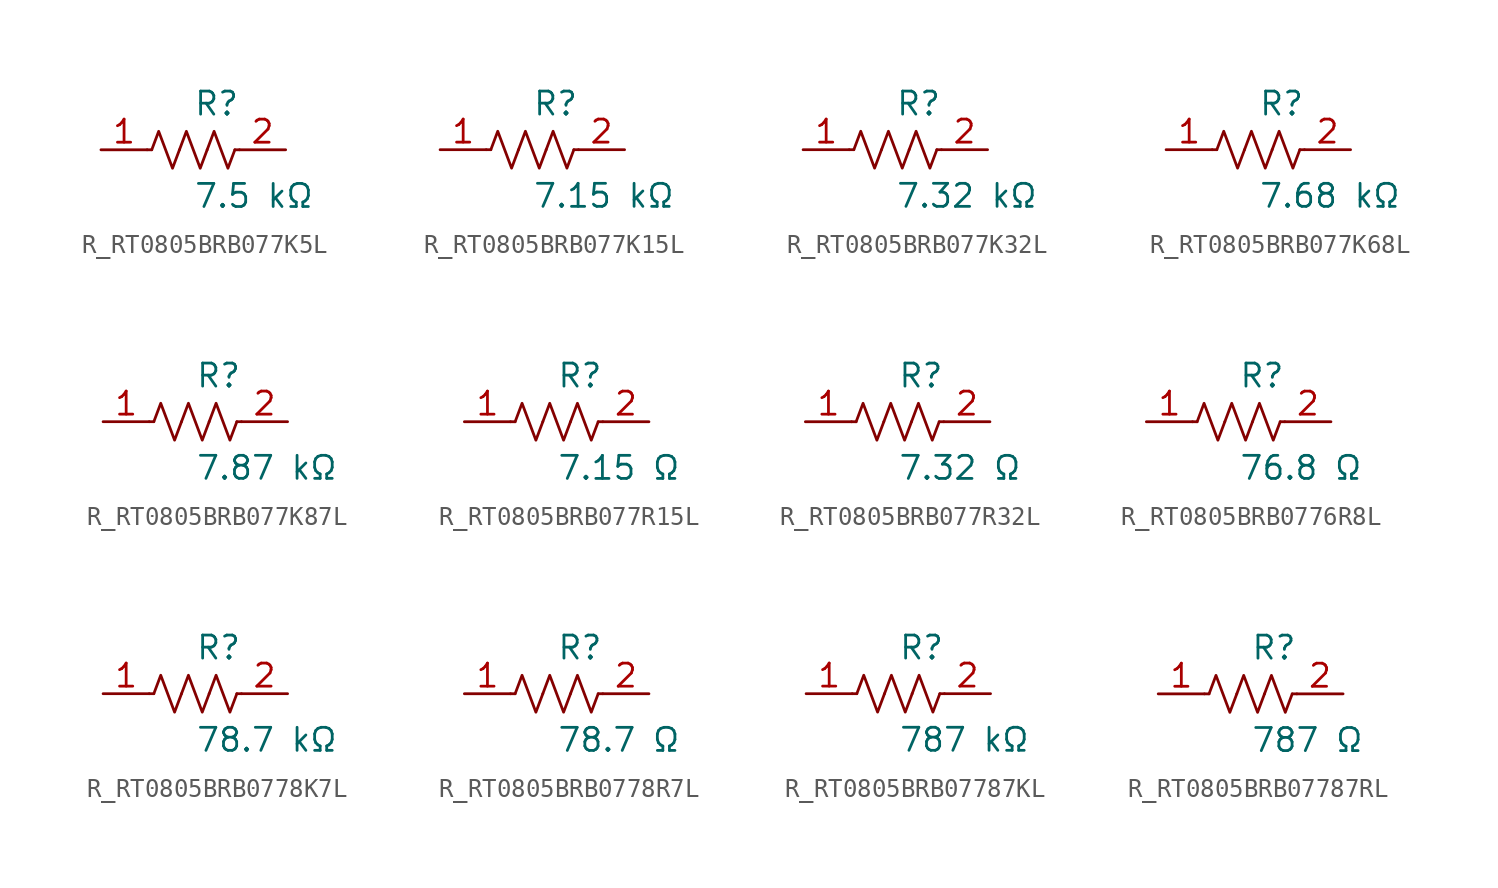
<source format=kicad_sym>
(kicad_symbol_lib
  (version 20231120)
  (generator kicad_symbol_editor)
  (generator_version 8.0)
  (symbol "R_RT0805BRB077K5L"
    (pin_names
      (offset 0.254))
    (property "Reference" "R"
      (at 0 2.54 0)
      (effects (font (size 1.27 1.27)) (justify left)))
    (property "Value" "7.5 kΩ"
      (at 0 -2.54 0)
      (effects (font (size 1.27 1.27)) (justify left)))
    (symbol "R_RT0805BRB077K5L_0_1"
      (polyline (pts (xy 2.286 0) (xy 2.54 0)) (stroke (width 0) (type default)) (fill (type none)))
      (polyline (pts (xy -2.286 0) (xy -2.54 0)) (stroke (width 0) (type default)) (fill (type none)))
      (polyline (pts (xy 0.762 0) (xy 1.143 1.016) (xy 1.524 0) (xy 1.905 -1.016) (xy 2.286 0)) (stroke (width 0) (type default)) (fill (type none)))
      (polyline (pts (xy -0.762 0) (xy -0.381 1.016) (xy 0 0) (xy 0.381 -1.016) (xy 0.762 0)) (stroke (width 0) (type default)) (fill (type none)))
      (polyline (pts (xy -2.286 0) (xy -1.905 1.016) (xy -1.524 0) (xy -1.143 -1.016) (xy -0.762 0)) (stroke (width 0) (type default)) (fill (type none))))
    (pin unspecified line
      (at -5.08 0 0)
      (length 2.54)
      (name "" (effects (font (size 1.27 1.27))))
      (number "1" (effects (font (size 1.27 1.27)))))
    (pin unspecified line
      (at 5.08 0 180)
      (length 2.54)
      (name "" (effects (font (size 1.27 1.27))))
      (number "2" (effects (font (size 1.27 1.27))))))
  (symbol "R_RT0805BRB077K15L"
    (pin_names
      (offset 0.254))
    (property "Reference" "R"
      (at 0 2.54 0)
      (effects (font (size 1.27 1.27)) (justify left)))
    (property "Value" "7.15 kΩ"
      (at 0 -2.54 0)
      (effects (font (size 1.27 1.27)) (justify left)))
    (symbol "R_RT0805BRB077K15L_0_1"
      (polyline (pts (xy 2.286 0) (xy 2.54 0)) (stroke (width 0) (type default)) (fill (type none)))
      (polyline (pts (xy -2.286 0) (xy -2.54 0)) (stroke (width 0) (type default)) (fill (type none)))
      (polyline (pts (xy 0.762 0) (xy 1.143 1.016) (xy 1.524 0) (xy 1.905 -1.016) (xy 2.286 0)) (stroke (width 0) (type default)) (fill (type none)))
      (polyline (pts (xy -0.762 0) (xy -0.381 1.016) (xy 0 0) (xy 0.381 -1.016) (xy 0.762 0)) (stroke (width 0) (type default)) (fill (type none)))
      (polyline (pts (xy -2.286 0) (xy -1.905 1.016) (xy -1.524 0) (xy -1.143 -1.016) (xy -0.762 0)) (stroke (width 0) (type default)) (fill (type none))))
    (pin unspecified line
      (at -5.08 0 0)
      (length 2.54)
      (name "" (effects (font (size 1.27 1.27))))
      (number "1" (effects (font (size 1.27 1.27)))))
    (pin unspecified line
      (at 5.08 0 180)
      (length 2.54)
      (name "" (effects (font (size 1.27 1.27))))
      (number "2" (effects (font (size 1.27 1.27))))))
  (symbol "R_RT0805BRB077K32L"
    (pin_names
      (offset 0.254))
    (property "Reference" "R"
      (at 0 2.54 0)
      (effects (font (size 1.27 1.27)) (justify left)))
    (property "Value" "7.32 kΩ"
      (at 0 -2.54 0)
      (effects (font (size 1.27 1.27)) (justify left)))
    (symbol "R_RT0805BRB077K32L_0_1"
      (polyline (pts (xy 2.286 0) (xy 2.54 0)) (stroke (width 0) (type default)) (fill (type none)))
      (polyline (pts (xy -2.286 0) (xy -2.54 0)) (stroke (width 0) (type default)) (fill (type none)))
      (polyline (pts (xy 0.762 0) (xy 1.143 1.016) (xy 1.524 0) (xy 1.905 -1.016) (xy 2.286 0)) (stroke (width 0) (type default)) (fill (type none)))
      (polyline (pts (xy -0.762 0) (xy -0.381 1.016) (xy 0 0) (xy 0.381 -1.016) (xy 0.762 0)) (stroke (width 0) (type default)) (fill (type none)))
      (polyline (pts (xy -2.286 0) (xy -1.905 1.016) (xy -1.524 0) (xy -1.143 -1.016) (xy -0.762 0)) (stroke (width 0) (type default)) (fill (type none))))
    (pin unspecified line
      (at -5.08 0 0)
      (length 2.54)
      (name "" (effects (font (size 1.27 1.27))))
      (number "1" (effects (font (size 1.27 1.27)))))
    (pin unspecified line
      (at 5.08 0 180)
      (length 2.54)
      (name "" (effects (font (size 1.27 1.27))))
      (number "2" (effects (font (size 1.27 1.27))))))
  (symbol "R_RT0805BRB077K68L"
    (pin_names
      (offset 0.254))
    (property "Reference" "R"
      (at 0 2.54 0)
      (effects (font (size 1.27 1.27)) (justify left)))
    (property "Value" "7.68 kΩ"
      (at 0 -2.54 0)
      (effects (font (size 1.27 1.27)) (justify left)))
    (symbol "R_RT0805BRB077K68L_0_1"
      (polyline (pts (xy 2.286 0) (xy 2.54 0)) (stroke (width 0) (type default)) (fill (type none)))
      (polyline (pts (xy -2.286 0) (xy -2.54 0)) (stroke (width 0) (type default)) (fill (type none)))
      (polyline (pts (xy 0.762 0) (xy 1.143 1.016) (xy 1.524 0) (xy 1.905 -1.016) (xy 2.286 0)) (stroke (width 0) (type default)) (fill (type none)))
      (polyline (pts (xy -0.762 0) (xy -0.381 1.016) (xy 0 0) (xy 0.381 -1.016) (xy 0.762 0)) (stroke (width 0) (type default)) (fill (type none)))
      (polyline (pts (xy -2.286 0) (xy -1.905 1.016) (xy -1.524 0) (xy -1.143 -1.016) (xy -0.762 0)) (stroke (width 0) (type default)) (fill (type none))))
    (pin unspecified line
      (at -5.08 0 0)
      (length 2.54)
      (name "" (effects (font (size 1.27 1.27))))
      (number "1" (effects (font (size 1.27 1.27)))))
    (pin unspecified line
      (at 5.08 0 180)
      (length 2.54)
      (name "" (effects (font (size 1.27 1.27))))
      (number "2" (effects (font (size 1.27 1.27))))))
  (symbol "R_RT0805BRB077K87L"
    (pin_names
      (offset 0.254))
    (property "Reference" "R"
      (at 0 2.54 0)
      (effects (font (size 1.27 1.27)) (justify left)))
    (property "Value" "7.87 kΩ"
      (at 0 -2.54 0)
      (effects (font (size 1.27 1.27)) (justify left)))
    (symbol "R_RT0805BRB077K87L_0_1"
      (polyline (pts (xy 2.286 0) (xy 2.54 0)) (stroke (width 0) (type default)) (fill (type none)))
      (polyline (pts (xy -2.286 0) (xy -2.54 0)) (stroke (width 0) (type default)) (fill (type none)))
      (polyline (pts (xy 0.762 0) (xy 1.143 1.016) (xy 1.524 0) (xy 1.905 -1.016) (xy 2.286 0)) (stroke (width 0) (type default)) (fill (type none)))
      (polyline (pts (xy -0.762 0) (xy -0.381 1.016) (xy 0 0) (xy 0.381 -1.016) (xy 0.762 0)) (stroke (width 0) (type default)) (fill (type none)))
      (polyline (pts (xy -2.286 0) (xy -1.905 1.016) (xy -1.524 0) (xy -1.143 -1.016) (xy -0.762 0)) (stroke (width 0) (type default)) (fill (type none))))
    (pin unspecified line
      (at -5.08 0 0)
      (length 2.54)
      (name "" (effects (font (size 1.27 1.27))))
      (number "1" (effects (font (size 1.27 1.27)))))
    (pin unspecified line
      (at 5.08 0 180)
      (length 2.54)
      (name "" (effects (font (size 1.27 1.27))))
      (number "2" (effects (font (size 1.27 1.27))))))
  (symbol "R_RT0805BRB077R15L"
    (pin_names
      (offset 0.254))
    (property "Reference" "R"
      (at 0 2.54 0)
      (effects (font (size 1.27 1.27)) (justify left)))
    (property "Value" "7.15 Ω"
      (at 0 -2.54 0)
      (effects (font (size 1.27 1.27)) (justify left)))
    (symbol "R_RT0805BRB077R15L_0_1"
      (polyline (pts (xy 2.286 0) (xy 2.54 0)) (stroke (width 0) (type default)) (fill (type none)))
      (polyline (pts (xy -2.286 0) (xy -2.54 0)) (stroke (width 0) (type default)) (fill (type none)))
      (polyline (pts (xy 0.762 0) (xy 1.143 1.016) (xy 1.524 0) (xy 1.905 -1.016) (xy 2.286 0)) (stroke (width 0) (type default)) (fill (type none)))
      (polyline (pts (xy -0.762 0) (xy -0.381 1.016) (xy 0 0) (xy 0.381 -1.016) (xy 0.762 0)) (stroke (width 0) (type default)) (fill (type none)))
      (polyline (pts (xy -2.286 0) (xy -1.905 1.016) (xy -1.524 0) (xy -1.143 -1.016) (xy -0.762 0)) (stroke (width 0) (type default)) (fill (type none))))
    (pin unspecified line
      (at -5.08 0 0)
      (length 2.54)
      (name "" (effects (font (size 1.27 1.27))))
      (number "1" (effects (font (size 1.27 1.27)))))
    (pin unspecified line
      (at 5.08 0 180)
      (length 2.54)
      (name "" (effects (font (size 1.27 1.27))))
      (number "2" (effects (font (size 1.27 1.27))))))
  (symbol "R_RT0805BRB077R32L"
    (pin_names
      (offset 0.254))
    (property "Reference" "R"
      (at 0 2.54 0)
      (effects (font (size 1.27 1.27)) (justify left)))
    (property "Value" "7.32 Ω"
      (at 0 -2.54 0)
      (effects (font (size 1.27 1.27)) (justify left)))
    (symbol "R_RT0805BRB077R32L_0_1"
      (polyline (pts (xy 2.286 0) (xy 2.54 0)) (stroke (width 0) (type default)) (fill (type none)))
      (polyline (pts (xy -2.286 0) (xy -2.54 0)) (stroke (width 0) (type default)) (fill (type none)))
      (polyline (pts (xy 0.762 0) (xy 1.143 1.016) (xy 1.524 0) (xy 1.905 -1.016) (xy 2.286 0)) (stroke (width 0) (type default)) (fill (type none)))
      (polyline (pts (xy -0.762 0) (xy -0.381 1.016) (xy 0 0) (xy 0.381 -1.016) (xy 0.762 0)) (stroke (width 0) (type default)) (fill (type none)))
      (polyline (pts (xy -2.286 0) (xy -1.905 1.016) (xy -1.524 0) (xy -1.143 -1.016) (xy -0.762 0)) (stroke (width 0) (type default)) (fill (type none))))
    (pin unspecified line
      (at -5.08 0 0)
      (length 2.54)
      (name "" (effects (font (size 1.27 1.27))))
      (number "1" (effects (font (size 1.27 1.27)))))
    (pin unspecified line
      (at 5.08 0 180)
      (length 2.54)
      (name "" (effects (font (size 1.27 1.27))))
      (number "2" (effects (font (size 1.27 1.27))))))
  (symbol "R_RT0805BRB0776R8L"
    (pin_names
      (offset 0.254))
    (property "Reference" "R"
      (at 0 2.54 0)
      (effects (font (size 1.27 1.27)) (justify left)))
    (property "Value" "76.8 Ω"
      (at 0 -2.54 0)
      (effects (font (size 1.27 1.27)) (justify left)))
    (symbol "R_RT0805BRB0776R8L_0_1"
      (polyline (pts (xy 2.286 0) (xy 2.54 0)) (stroke (width 0) (type default)) (fill (type none)))
      (polyline (pts (xy -2.286 0) (xy -2.54 0)) (stroke (width 0) (type default)) (fill (type none)))
      (polyline (pts (xy 0.762 0) (xy 1.143 1.016) (xy 1.524 0) (xy 1.905 -1.016) (xy 2.286 0)) (stroke (width 0) (type default)) (fill (type none)))
      (polyline (pts (xy -0.762 0) (xy -0.381 1.016) (xy 0 0) (xy 0.381 -1.016) (xy 0.762 0)) (stroke (width 0) (type default)) (fill (type none)))
      (polyline (pts (xy -2.286 0) (xy -1.905 1.016) (xy -1.524 0) (xy -1.143 -1.016) (xy -0.762 0)) (stroke (width 0) (type default)) (fill (type none))))
    (pin unspecified line
      (at -5.08 0 0)
      (length 2.54)
      (name "" (effects (font (size 1.27 1.27))))
      (number "1" (effects (font (size 1.27 1.27)))))
    (pin unspecified line
      (at 5.08 0 180)
      (length 2.54)
      (name "" (effects (font (size 1.27 1.27))))
      (number "2" (effects (font (size 1.27 1.27))))))
  (symbol "R_RT0805BRB0778K7L"
    (pin_names
      (offset 0.254))
    (property "Reference" "R"
      (at 0 2.54 0)
      (effects (font (size 1.27 1.27)) (justify left)))
    (property "Value" "78.7 kΩ"
      (at 0 -2.54 0)
      (effects (font (size 1.27 1.27)) (justify left)))
    (symbol "R_RT0805BRB0778K7L_0_1"
      (polyline (pts (xy 2.286 0) (xy 2.54 0)) (stroke (width 0) (type default)) (fill (type none)))
      (polyline (pts (xy -2.286 0) (xy -2.54 0)) (stroke (width 0) (type default)) (fill (type none)))
      (polyline (pts (xy 0.762 0) (xy 1.143 1.016) (xy 1.524 0) (xy 1.905 -1.016) (xy 2.286 0)) (stroke (width 0) (type default)) (fill (type none)))
      (polyline (pts (xy -0.762 0) (xy -0.381 1.016) (xy 0 0) (xy 0.381 -1.016) (xy 0.762 0)) (stroke (width 0) (type default)) (fill (type none)))
      (polyline (pts (xy -2.286 0) (xy -1.905 1.016) (xy -1.524 0) (xy -1.143 -1.016) (xy -0.762 0)) (stroke (width 0) (type default)) (fill (type none))))
    (pin unspecified line
      (at -5.08 0 0)
      (length 2.54)
      (name "" (effects (font (size 1.27 1.27))))
      (number "1" (effects (font (size 1.27 1.27)))))
    (pin unspecified line
      (at 5.08 0 180)
      (length 2.54)
      (name "" (effects (font (size 1.27 1.27))))
      (number "2" (effects (font (size 1.27 1.27))))))
  (symbol "R_RT0805BRB0778R7L"
    (pin_names
      (offset 0.254))
    (property "Reference" "R"
      (at 0 2.54 0)
      (effects (font (size 1.27 1.27)) (justify left)))
    (property "Value" "78.7 Ω"
      (at 0 -2.54 0)
      (effects (font (size 1.27 1.27)) (justify left)))
    (symbol "R_RT0805BRB0778R7L_0_1"
      (polyline (pts (xy 2.286 0) (xy 2.54 0)) (stroke (width 0) (type default)) (fill (type none)))
      (polyline (pts (xy -2.286 0) (xy -2.54 0)) (stroke (width 0) (type default)) (fill (type none)))
      (polyline (pts (xy 0.762 0) (xy 1.143 1.016) (xy 1.524 0) (xy 1.905 -1.016) (xy 2.286 0)) (stroke (width 0) (type default)) (fill (type none)))
      (polyline (pts (xy -0.762 0) (xy -0.381 1.016) (xy 0 0) (xy 0.381 -1.016) (xy 0.762 0)) (stroke (width 0) (type default)) (fill (type none)))
      (polyline (pts (xy -2.286 0) (xy -1.905 1.016) (xy -1.524 0) (xy -1.143 -1.016) (xy -0.762 0)) (stroke (width 0) (type default)) (fill (type none))))
    (pin unspecified line
      (at -5.08 0 0)
      (length 2.54)
      (name "" (effects (font (size 1.27 1.27))))
      (number "1" (effects (font (size 1.27 1.27)))))
    (pin unspecified line
      (at 5.08 0 180)
      (length 2.54)
      (name "" (effects (font (size 1.27 1.27))))
      (number "2" (effects (font (size 1.27 1.27))))))
  (symbol "R_RT0805BRB07787KL"
    (pin_names
      (offset 0.254))
    (property "Reference" "R"
      (at 0 2.54 0)
      (effects (font (size 1.27 1.27)) (justify left)))
    (property "Value" "787 kΩ"
      (at 0 -2.54 0)
      (effects (font (size 1.27 1.27)) (justify left)))
    (symbol "R_RT0805BRB07787KL_0_1"
      (polyline (pts (xy 2.286 0) (xy 2.54 0)) (stroke (width 0) (type default)) (fill (type none)))
      (polyline (pts (xy -2.286 0) (xy -2.54 0)) (stroke (width 0) (type default)) (fill (type none)))
      (polyline (pts (xy 0.762 0) (xy 1.143 1.016) (xy 1.524 0) (xy 1.905 -1.016) (xy 2.286 0)) (stroke (width 0) (type default)) (fill (type none)))
      (polyline (pts (xy -0.762 0) (xy -0.381 1.016) (xy 0 0) (xy 0.381 -1.016) (xy 0.762 0)) (stroke (width 0) (type default)) (fill (type none)))
      (polyline (pts (xy -2.286 0) (xy -1.905 1.016) (xy -1.524 0) (xy -1.143 -1.016) (xy -0.762 0)) (stroke (width 0) (type default)) (fill (type none))))
    (pin unspecified line
      (at -5.08 0 0)
      (length 2.54)
      (name "" (effects (font (size 1.27 1.27))))
      (number "1" (effects (font (size 1.27 1.27)))))
    (pin unspecified line
      (at 5.08 0 180)
      (length 2.54)
      (name "" (effects (font (size 1.27 1.27))))
      (number "2" (effects (font (size 1.27 1.27))))))
  (symbol "R_RT0805BRB07787RL"
    (pin_names
      (offset 0.254))
    (property "Reference" "R"
      (at 0 2.54 0)
      (effects (font (size 1.27 1.27)) (justify left)))
    (property "Value" "787 Ω"
      (at 0 -2.54 0)
      (effects (font (size 1.27 1.27)) (justify left)))
    (symbol "R_RT0805BRB07787RL_0_1"
      (polyline (pts (xy 2.286 0) (xy 2.54 0)) (stroke (width 0) (type default)) (fill (type none)))
      (polyline (pts (xy -2.286 0) (xy -2.54 0)) (stroke (width 0) (type default)) (fill (type none)))
      (polyline (pts (xy 0.762 0) (xy 1.143 1.016) (xy 1.524 0) (xy 1.905 -1.016) (xy 2.286 0)) (stroke (width 0) (type default)) (fill (type none)))
      (polyline (pts (xy -0.762 0) (xy -0.381 1.016) (xy 0 0) (xy 0.381 -1.016) (xy 0.762 0)) (stroke (width 0) (type default)) (fill (type none)))
      (polyline (pts (xy -2.286 0) (xy -1.905 1.016) (xy -1.524 0) (xy -1.143 -1.016) (xy -0.762 0)) (stroke (width 0) (type default)) (fill (type none))))
    (pin unspecified line
      (at -5.08 0 0)
      (length 2.54)
      (name "" (effects (font (size 1.27 1.27))))
      (number "1" (effects (font (size 1.27 1.27)))))
    (pin unspecified line
      (at 5.08 0 180)
      (length 2.54)
      (name "" (effects (font (size 1.27 1.27))))
      (number "2" (effects (font (size 1.27 1.27)))))))
</source>
